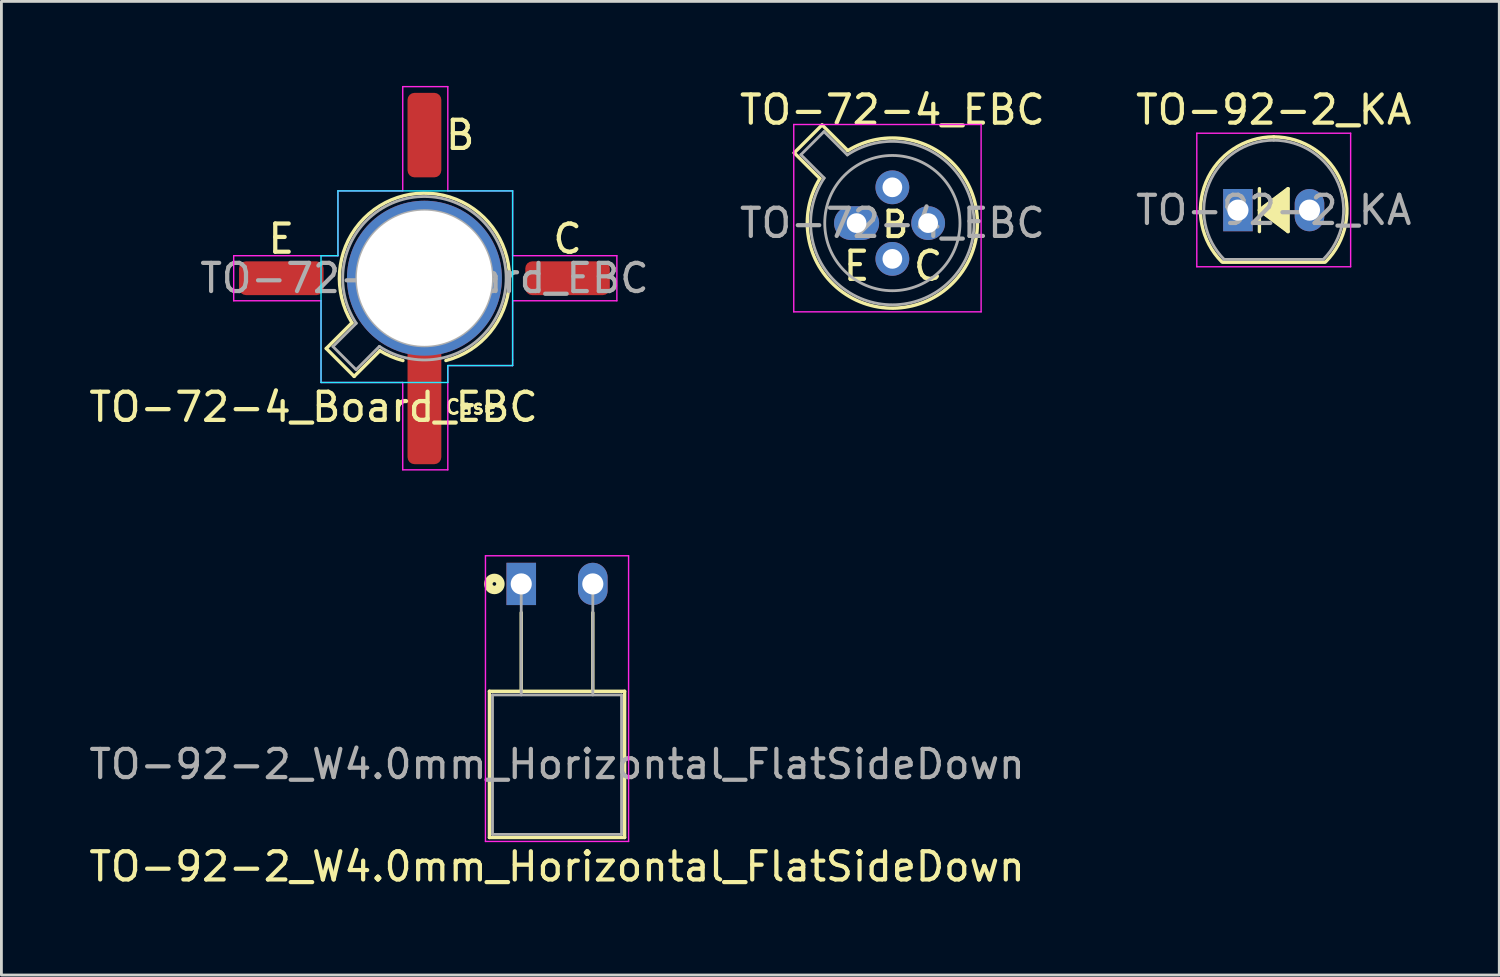
<source format=kicad_pcb>
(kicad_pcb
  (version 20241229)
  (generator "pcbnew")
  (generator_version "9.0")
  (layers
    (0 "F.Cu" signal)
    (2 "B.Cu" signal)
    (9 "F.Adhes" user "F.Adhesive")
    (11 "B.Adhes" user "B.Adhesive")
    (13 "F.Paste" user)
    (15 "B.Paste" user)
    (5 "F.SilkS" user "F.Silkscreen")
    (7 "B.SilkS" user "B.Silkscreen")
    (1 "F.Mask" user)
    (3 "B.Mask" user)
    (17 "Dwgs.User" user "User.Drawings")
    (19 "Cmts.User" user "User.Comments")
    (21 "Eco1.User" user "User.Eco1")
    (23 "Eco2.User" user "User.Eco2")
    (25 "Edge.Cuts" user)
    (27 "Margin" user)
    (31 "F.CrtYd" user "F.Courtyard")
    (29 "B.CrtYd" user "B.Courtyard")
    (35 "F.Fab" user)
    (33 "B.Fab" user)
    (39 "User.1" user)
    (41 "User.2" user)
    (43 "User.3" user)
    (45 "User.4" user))
  (footprint "TO-72-4_Board_EBC"
    (layer "F.Cu")
    (at 10.744 6.825)
    (property "Reference" "TO-72-4_Board_EBC" (at -2.667 4.572 0) (layer "F.SilkS") (effects (font (size 1 1) (thickness 0.15))))
    (fp_line (start -2.214 2.494) (end -1.302 1.582) (stroke (width 0.12) (type solid)) (layer "F.SilkS"))
    (fp_line (start -1.224 3.484) (end -2.214 2.494) (stroke (width 0.12) (type solid)) (layer "F.SilkS"))
    (fp_line (start -0.312 2.572) (end -1.224 3.484) (stroke (width 0.12) (type solid)) (layer "F.SilkS"))
    (fp_arc (start -1.30109 1.581891) (mid 2.395391 -2.801139) (end 2.032 2.921) (stroke (width 0.12) (type solid)) (layer "F.SilkS"))
    (fp_arc (start 0.507681 2.922203) (mid 0.084691 2.777669) (end -0.312331 2.572281) (stroke (width 0.12) (type solid)) (layer "F.SilkS"))
    (fp_line (start -2.4 -0.8) (end -1.8 -0.8) (stroke (width 0.05) (type solid)) (layer "B.CrtYd"))
    (fp_line (start -2.4 3.7) (end -2.4 -0.8) (stroke (width 0.05) (type solid)) (layer "B.CrtYd"))
    (fp_line (start -1.8 -3.1) (end 4.4 -3.1) (stroke (width 0.05) (type solid)) (layer "B.CrtYd"))
    (fp_line (start -1.8 -0.8) (end -1.8 -3.1) (stroke (width 0.05) (type solid)) (layer "B.CrtYd"))
    (fp_line (start 2.1 3.1) (end 2.1 3.7) (stroke (width 0.05) (type solid)) (layer "B.CrtYd"))
    (fp_line (start 2.1 3.7) (end -2.4 3.7) (stroke (width 0.05) (type solid)) (layer "B.CrtYd"))
    (fp_line (start 4.4 -3.1) (end 4.4 2.9) (stroke (width 0.05) (type solid)) (layer "B.CrtYd"))
    (fp_line (start 4.4 2.9) (end 4.4 3.1) (stroke (width 0.05) (type solid)) (layer "B.CrtYd"))
    (fp_line (start 4.4 3.1) (end 2.1 3.1) (stroke (width 0.05) (type solid)) (layer "B.CrtYd"))
    (fp_line (start -5.5 -0.8) (end -1.8 -0.8) (stroke (width 0.05) (type solid)) (layer "F.CrtYd"))
    (fp_line (start -5.5 0.8) (end -5.5 -0.8) (stroke (width 0.05) (type solid)) (layer "F.CrtYd"))
    (fp_line (start -2.4 0.8) (end -5.5 0.8) (stroke (width 0.05) (type solid)) (layer "F.CrtYd"))
    (fp_line (start -2.4 3.7) (end -2.4 0.8) (stroke (width 0.05) (type solid)) (layer "F.CrtYd"))
    (fp_line (start -1.8 -3.1) (end 0.5 -3.1) (stroke (width 0.05) (type solid)) (layer "F.CrtYd"))
    (fp_line (start -1.8 -0.8) (end -1.8 -3.1) (stroke (width 0.05) (type solid)) (layer "F.CrtYd"))
    (fp_line (start 0.5 -6.8) (end 2.1 -6.8) (stroke (width 0.05) (type solid)) (layer "F.CrtYd"))
    (fp_line (start 0.5 -3.1) (end 0.5 -6.8) (stroke (width 0.05) (type solid)) (layer "F.CrtYd"))
    (fp_line (start 0.5 3.7) (end -2.4 3.7) (stroke (width 0.05) (type solid)) (layer "F.CrtYd"))
    (fp_line (start 0.5 6.8) (end 0.5 3.7) (stroke (width 0.05) (type solid)) (layer "F.CrtYd"))
    (fp_line (start 2.1 -6.8) (end 2.1 -3.1) (stroke (width 0.05) (type solid)) (layer "F.CrtYd"))
    (fp_line (start 2.1 -3.1) (end 4.4 -3.1) (stroke (width 0.05) (type solid)) (layer "F.CrtYd"))
    (fp_line (start 2.1 3.1) (end 2.1 6.8) (stroke (width 0.05) (type solid)) (layer "F.CrtYd"))
    (fp_line (start 2.1 6.8) (end 0.5 6.8) (stroke (width 0.05) (type solid)) (layer "F.CrtYd"))
    (fp_line (start 4.4 -3.1) (end 4.4 -0.8) (stroke (width 0.05) (type solid)) (layer "F.CrtYd"))
    (fp_line (start 4.4 -0.8) (end 8.1 -0.8) (stroke (width 0.05) (type solid)) (layer "F.CrtYd"))
    (fp_line (start 4.4 0.8) (end 4.4 3.1) (stroke (width 0.05) (type solid)) (layer "F.CrtYd"))
    (fp_line (start 4.4 3.1) (end 2.1 3.1) (stroke (width 0.05) (type solid)) (layer "F.CrtYd"))
    (fp_line (start 8.1 -0.8) (end 8.1 0.8) (stroke (width 0.05) (type solid)) (layer "F.CrtYd"))
    (fp_line (start 8.1 0.8) (end 4.4 0.8) (stroke (width 0.05) (type solid)) (layer "F.CrtYd"))
    (fp_line (start -1.977 2.426) (end -1.149 1.599) (stroke (width 0.1) (type solid)) (layer "F.Fab"))
    (fp_line (start -1.156 3.247) (end -1.977 2.426) (stroke (width 0.1) (type solid)) (layer "F.Fab"))
    (fp_line (start -0.329 2.419) (end -1.156 3.247) (stroke (width 0.1) (type solid)) (layer "F.Fab"))
    (fp_arc (start -1.150029 1.597956) (mid 3.321075 -2.050145) (end -0.329057 2.419301) (stroke (width 0.1) (type solid)) (layer "F.Fab"))
    (fp_circle (center 1.27 0) (end 3.67 0) (stroke (width 0.1) (type solid)) (fill no) (layer "F.Fab"))
    (fp_text user "Case" (at 2.921 4.572 0) (unlocked yes) (layer "F.SilkS") (effects (font (size 0.5 0.5) (thickness 0.1))))
    (fp_text user "E" (at -3.81 -1.397 0) (unlocked yes) (layer "F.SilkS") (effects (font (size 1 1) (thickness 0.15))))
    (fp_text user "B" (at 2.54 -5.08 0) (unlocked yes) (layer "F.SilkS") (effects (font (size 1 1) (thickness 0.15))))
    (fp_text user "C" (at 6.35 -1.397 0) (unlocked yes) (layer "F.SilkS") (effects (font (size 1 1) (thickness 0.15))))
    (fp_text user "${REFERENCE}" (at 1.27 0 0) (layer "F.Fab") (effects (font (size 1 1) (thickness 0.15))))
    (pad "1" smd roundrect (at -3.81 0) (size 3 1.2) (layers "F.Cu" "F.Mask" "F.Paste") (roundrect_rratio 0.208))
    (pad "2" smd roundrect (at 1.27 -5.08) (size 1.2 3) (layers "F.Cu" "F.Mask" "F.Paste") (roundrect_rratio 0.208))
    (pad "3" smd roundrect (at 6.35 0) (size 3 1.2) (layers "F.Cu" "F.Mask" "F.Paste") (roundrect_rratio 0.208))
    (pad "4" thru_hole circle (at 1.27 0) (size 5.5 5.5) (drill 4.8) (layers "*.Cu" "*.Mask"))
    (pad "4" smd roundrect (at 1.27 4.5) (size 1.2 4.2) (layers "F.Cu" "F.Mask" "F.Paste") (roundrect_rratio 0.208)))
  (footprint "TO-92-2_KA"
    (layer "F.Cu")
    (at 40.887 4.408)
    (property "Reference" "TO-92-2_KA" (at 1.27 -3.56 0) (layer "F.SilkS") (effects (font (size 1 1) (thickness 0.15))))
    (fp_line (start -0.53 1.85) (end 3.07 1.85) (stroke (width 0.12) (type solid)) (layer "F.SilkS"))
    (fp_line (start 0.762 -0.762) (end 0.762 0.762) (stroke (width 0.12) (type solid)) (layer "F.SilkS"))
    (fp_line (start 0.762 0) (end 1.778 -0.762) (stroke (width 0.12) (type solid)) (layer "F.SilkS"))
    (fp_line (start 1.778 -0.762) (end 1.778 0.762) (stroke (width 0.12) (type solid)) (layer "F.SilkS"))
    (fp_line (start 1.778 0.762) (end 0.762 0) (stroke (width 0.12) (type solid)) (layer "F.SilkS"))
    (fp_arc (start -0.568478 1.838478) (mid -1.132087 -0.994977) (end 1.27 -2.6) (stroke (width 0.12) (type solid)) (layer "F.SilkS"))
    (fp_arc (start 1.27 -2.6) (mid 3.672087 -0.994977) (end 3.108478 1.838478) (stroke (width 0.12) (type solid)) (layer "F.SilkS"))
    (fp_poly (pts (xy 1.778 0.762) (xy 0.762 0) (xy 1.778 -0.762)) (stroke (width 0.1) (type solid)) (fill yes) (layer "F.SilkS"))
    (fp_line (start -1.46 -2.73) (end -1.46 2.01) (stroke (width 0.05) (type solid)) (layer "F.CrtYd"))
    (fp_line (start -1.46 -2.73) (end 4 -2.73) (stroke (width 0.05) (type solid)) (layer "F.CrtYd"))
    (fp_line (start 4 2.01) (end -1.46 2.01) (stroke (width 0.05) (type solid)) (layer "F.CrtYd"))
    (fp_line (start 4 2.01) (end 4 -2.73) (stroke (width 0.05) (type solid)) (layer "F.CrtYd"))
    (fp_line (start -0.5 1.75) (end 3 1.75) (stroke (width 0.1) (type solid)) (layer "F.Fab"))
    (fp_arc (start -0.483625 1.753625) (mid -1.021221 -0.949055) (end 1.27 -2.48) (stroke (width 0.1) (type solid)) (layer "F.Fab"))
    (fp_arc (start 1.27 -2.48) (mid 3.561221 -0.949055) (end 3.023625 1.753625) (stroke (width 0.1) (type solid)) (layer "F.Fab"))
    (fp_text user "${REFERENCE}" (at 1.27 0 0) (layer "F.Fab") (effects (font (size 1 1) (thickness 0.15))))
    (pad "1" thru_hole rect (at 0 0) (size 1.05 1.5) (drill 0.75) (layers "*.Cu" "*.Mask"))
    (pad "2" thru_hole oval (at 2.54 0) (size 1.05 1.5) (drill 0.75) (layers "*.Cu" "*.Mask")))
  (footprint "TO-92-2_W4.0mm_Horizontal_FlatSideDown"
    (layer "F.Cu")
    (at 15.45 17.675)
    (property "Reference" "TO-92-2_W4.0mm_Horizontal_FlatSideDown" (at 1.27 10.033 0) (layer "F.SilkS") (effects (font (size 1 1) (thickness 0.15))))
    (attr through_hole)
    (fp_line (start -1.13 3.81) (end 3.67 3.81) (stroke (width 0.12) (type solid)) (layer "F.SilkS"))
    (fp_line (start -1.13 9) (end -1.13 3.81) (stroke (width 0.12) (type solid)) (layer "F.SilkS"))
    (fp_line (start 0 1.02) (end 0 3.81) (stroke (width 0.12) (type solid)) (layer "F.SilkS"))
    (fp_line (start 2.54 1.02) (end 2.54 3.81) (stroke (width 0.12) (type solid)) (layer "F.SilkS"))
    (fp_line (start 3.67 3.81) (end 3.67 9) (stroke (width 0.12) (type solid)) (layer "F.SilkS"))
    (fp_line (start 3.67 9) (end -1.13 9) (stroke (width 0.12) (type solid)) (layer "F.SilkS"))
    (fp_circle (center -0.953 0) (end -0.889 0) (stroke (width 0.3) (type solid)) (fill no) (layer "F.SilkS"))
    (fp_line (start -1.27 -1) (end -1.27 9.14) (stroke (width 0.05) (type solid)) (layer "F.CrtYd"))
    (fp_line (start -1.27 -1) (end 3.81 -1) (stroke (width 0.05) (type solid)) (layer "F.CrtYd"))
    (fp_line (start 3.81 9.14) (end -1.27 9.14) (stroke (width 0.05) (type solid)) (layer "F.CrtYd"))
    (fp_line (start 3.81 9.14) (end 3.81 -1) (stroke (width 0.05) (type solid)) (layer "F.CrtYd"))
    (fp_line (start -1.02 3.94) (end 3.56 3.94) (stroke (width 0.1) (type solid)) (layer "F.Fab"))
    (fp_line (start -1.02 8.89) (end -1.02 3.94) (stroke (width 0.1) (type solid)) (layer "F.Fab"))
    (fp_line (start 0 3.94) (end 0 0) (stroke (width 0.1) (type solid)) (layer "F.Fab"))
    (fp_line (start 2.54 3.94) (end 2.54 0) (stroke (width 0.1) (type solid)) (layer "F.Fab"))
    (fp_line (start 3.56 3.94) (end 3.56 8.89) (stroke (width 0.1) (type solid)) (layer "F.Fab"))
    (fp_line (start 3.56 8.89) (end -1.02 8.89) (stroke (width 0.1) (type solid)) (layer "F.Fab"))
    (fp_text user "${REFERENCE}" (at 1.27 6.4 0) (layer "F.Fab") (effects (font (size 1 1) (thickness 0.15))))
    (pad "1" thru_hole rect (at 0 0) (size 1.05 1.5) (drill 0.75) (layers "*.Cu" "*.Mask"))
    (pad "3" thru_hole oval (at 2.54 0) (size 1.05 1.5) (drill 0.75) (layers "*.Cu" "*.Mask")))
  (footprint "TO-72-4_EBC"
    (layer "F.Cu")
    (at 27.352 4.868)
    (property "Reference" "TO-72-4_EBC" (at 1.27 -4.02 0) (layer "F.SilkS") (effects (font (size 1 1) (thickness 0.15))))
    (fp_line (start -2.214 -2.494) (end -1.302 -1.582) (stroke (width 0.12) (type solid)) (layer "F.SilkS"))
    (fp_line (start -1.224 -3.484) (end -2.214 -2.494) (stroke (width 0.12) (type solid)) (layer "F.SilkS"))
    (fp_line (start -0.312 -2.572) (end -1.224 -3.484) (stroke (width 0.12) (type solid)) (layer "F.SilkS"))
    (fp_arc (start -0.312331 -2.572281) (mid 3.405374 2.135551) (end -1.30215 -1.582544) (stroke (width 0.12) (type solid)) (layer "F.SilkS"))
    (fp_line (start -2.23 -3.5) (end -2.23 3.15) (stroke (width 0.05) (type solid)) (layer "F.CrtYd"))
    (fp_line (start -2.23 3.15) (end 4.42 3.15) (stroke (width 0.05) (type solid)) (layer "F.CrtYd"))
    (fp_line (start 4.42 -3.5) (end -2.23 -3.5) (stroke (width 0.05) (type solid)) (layer "F.CrtYd"))
    (fp_line (start 4.42 3.15) (end 4.42 -3.5) (stroke (width 0.05) (type solid)) (layer "F.CrtYd"))
    (fp_line (start -1.977 -2.426) (end -1.149 -1.599) (stroke (width 0.1) (type solid)) (layer "F.Fab"))
    (fp_line (start -1.156 -3.247) (end -1.977 -2.426) (stroke (width 0.1) (type solid)) (layer "F.Fab"))
    (fp_line (start -0.329 -2.419) (end -1.156 -3.247) (stroke (width 0.1) (type solid)) (layer "F.Fab"))
    (fp_arc (start -0.329057 -2.419301) (mid 3.321075 2.050145) (end -1.150029 -1.597956) (stroke (width 0.1) (type solid)) (layer "F.Fab"))
    (fp_circle (center 1.27 0) (end 3.67 0) (stroke (width 0.1) (type solid)) (fill no) (layer "F.Fab"))
    (fp_text user "B" (at 1.372 0.051 0) (unlocked yes) (layer "F.SilkS") (effects (font (size 0.9 0.9) (thickness 0.15))))
    (fp_text user "E" (at 0 1.524 0) (unlocked yes) (layer "F.SilkS") (effects (font (size 1 1) (thickness 0.15))))
    (fp_text user "C" (at 2.54 1.524 0) (unlocked yes) (layer "F.SilkS") (effects (font (size 1 1) (thickness 0.15))))
    (fp_text user "${REFERENCE}" (at 1.27 0 0) (layer "F.Fab") (effects (font (size 1 1) (thickness 0.15))))
    (pad "1" thru_hole oval (at 0 0) (size 1.6 1.2) (drill 0.7) (layers "*.Cu" "*.Mask"))
    (pad "2" thru_hole oval (at 1.27 1.27) (size 1.2 1.2) (drill 0.7) (layers "*.Cu" "*.Mask"))
    (pad "3" thru_hole oval (at 2.54 0) (size 1.2 1.2) (drill 0.7) (layers "*.Cu" "*.Mask"))
    (pad "4" thru_hole oval (at 1.27 -1.27) (size 1.2 1.2) (drill 0.7) (layers "*.Cu" "*.Mask")))
  (gr_rect
    (start -3 -3)
    (end 50.163 31.556)
    (stroke (width 0.1) (type default))
    (fill no)
    (layer "Edge.Cuts")))
</source>
